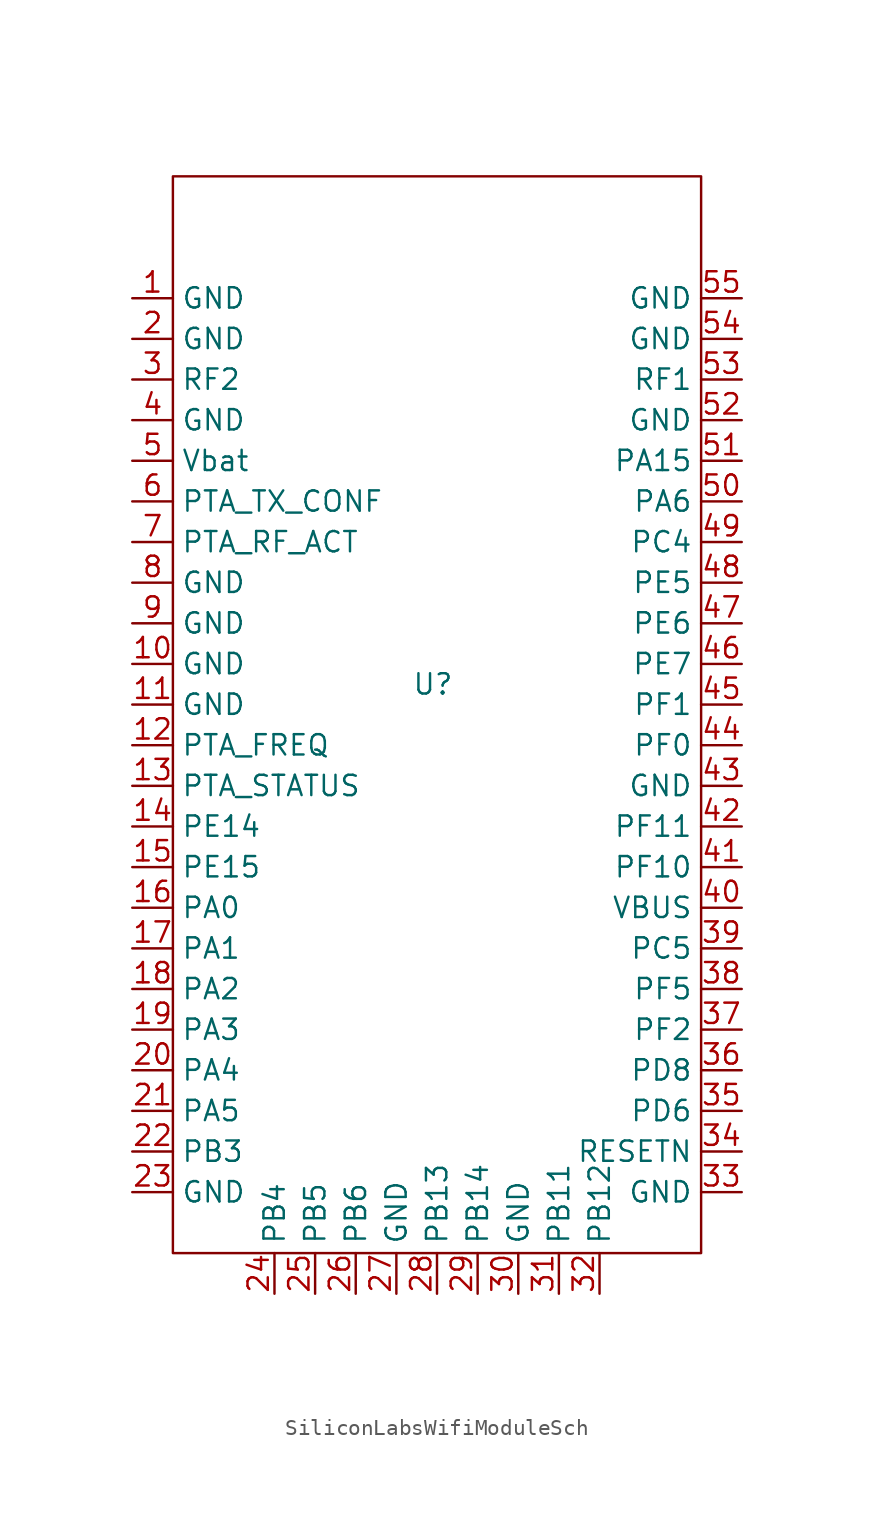
<source format=kicad_sym>
(kicad_symbol_lib
  (version 20231120)
  (generator "kicad_symbol_editor")
  (generator_version "8.0")
  (symbol "SiliconLabsWifiModuleSch"
    (property "Reference" "U"
      (at 11.176 -19.05 0)
      (effects (font (size 1.27 1.27))))
    (property "Value" ""
      (at 0 0 0)
      (effects (font (size 1.27 1.27))))
    (symbol "SiliconLabsWifiModuleSch_1_1"
      (rectangle (start -5.08 12.7) (end 27.94 -54.61) (stroke (width 0) (type default)) (fill (type none)))
      (pin input line (at -7.62 5.08 0) (length 2.54) (name "GND" (effects (font (size 1.27 1.27)))) (number "1" (effects (font (size 1.27 1.27)))))
      (pin input line (at -7.62 -17.78 0) (length 2.54) (name "GND" (effects (font (size 1.27 1.27)))) (number "10" (effects (font (size 1.27 1.27)))))
      (pin input line (at -7.62 -20.32 0) (length 2.54) (name "GND" (effects (font (size 1.27 1.27)))) (number "11" (effects (font (size 1.27 1.27)))))
      (pin input line (at -7.62 -22.86 0) (length 2.54) (name "PTA_FREQ" (effects (font (size 1.27 1.27)))) (number "12" (effects (font (size 1.27 1.27)))))
      (pin input line (at -7.62 -25.4 0) (length 2.54) (name "PTA_STATUS" (effects (font (size 1.27 1.27)))) (number "13" (effects (font (size 1.27 1.27)))))
      (pin input line (at -7.62 -27.94 0) (length 2.54) (name "PE14" (effects (font (size 1.27 1.27)))) (number "14" (effects (font (size 1.27 1.27)))))
      (pin input line (at -7.62 -30.48 0) (length 2.54) (name "PE15" (effects (font (size 1.27 1.27)))) (number "15" (effects (font (size 1.27 1.27)))))
      (pin input line (at -7.62 -33.02 0) (length 2.54) (name "PA0" (effects (font (size 1.27 1.27)))) (number "16" (effects (font (size 1.27 1.27)))))
      (pin input line (at -7.62 -35.56 0) (length 2.54) (name "PA1" (effects (font (size 1.27 1.27)))) (number "17" (effects (font (size 1.27 1.27)))))
      (pin input line (at -7.62 -38.1 0) (length 2.54) (name "PA2" (effects (font (size 1.27 1.27)))) (number "18" (effects (font (size 1.27 1.27)))))
      (pin input line (at -7.62 -40.64 0) (length 2.54) (name "PA3" (effects (font (size 1.27 1.27)))) (number "19" (effects (font (size 1.27 1.27)))))
      (pin input line (at -7.62 2.54 0) (length 2.54) (name "GND" (effects (font (size 1.27 1.27)))) (number "2" (effects (font (size 1.27 1.27)))))
      (pin input line (at -7.62 -43.18 0) (length 2.54) (name "PA4" (effects (font (size 1.27 1.27)))) (number "20" (effects (font (size 1.27 1.27)))))
      (pin input line (at -7.62 -45.72 0) (length 2.54) (name "PA5" (effects (font (size 1.27 1.27)))) (number "21" (effects (font (size 1.27 1.27)))))
      (pin input line (at -7.62 -48.26 0) (length 2.54) (name "PB3" (effects (font (size 1.27 1.27)))) (number "22" (effects (font (size 1.27 1.27)))))
      (pin input line (at -7.62 -50.8 0) (length 2.54) (name "GND" (effects (font (size 1.27 1.27)))) (number "23" (effects (font (size 1.27 1.27)))))
      (pin input line (at 1.27 -57.15 90) (length 2.54) (name "PB4" (effects (font (size 1.27 1.27)))) (number "24" (effects (font (size 1.27 1.27)))))
      (pin input line (at 3.81 -57.15 90) (length 2.54) (name "PB5" (effects (font (size 1.27 1.27)))) (number "25" (effects (font (size 1.27 1.27)))))
      (pin input line (at 6.35 -57.15 90) (length 2.54) (name "PB6" (effects (font (size 1.27 1.27)))) (number "26" (effects (font (size 1.27 1.27)))))
      (pin input line (at 8.89 -57.15 90) (length 2.54) (name "GND" (effects (font (size 1.27 1.27)))) (number "27" (effects (font (size 1.27 1.27)))))
      (pin input line (at 11.43 -57.15 90) (length 2.54) (name "PB13" (effects (font (size 1.27 1.27)))) (number "28" (effects (font (size 1.27 1.27)))))
      (pin input line (at 13.97 -57.15 90) (length 2.54) (name "PB14" (effects (font (size 1.27 1.27)))) (number "29" (effects (font (size 1.27 1.27)))))
      (pin input line (at -7.62 0 0) (length 2.54) (name "RF2" (effects (font (size 1.27 1.27)))) (number "3" (effects (font (size 1.27 1.27)))))
      (pin input line (at 16.51 -57.15 90) (length 2.54) (name "GND" (effects (font (size 1.27 1.27)))) (number "30" (effects (font (size 1.27 1.27)))))
      (pin input line (at 19.05 -57.15 90) (length 2.54) (name "PB11" (effects (font (size 1.27 1.27)))) (number "31" (effects (font (size 1.27 1.27)))))
      (pin input line (at 21.59 -57.15 90) (length 2.54) (name "PB12" (effects (font (size 1.27 1.27)))) (number "32" (effects (font (size 1.27 1.27)))))
      (pin input line (at 30.48 -50.8 180) (length 2.54) (name "GND" (effects (font (size 1.27 1.27)))) (number "33" (effects (font (size 1.27 1.27)))))
      (pin input line (at 30.48 -48.26 180) (length 2.54) (name "RESETN" (effects (font (size 1.27 1.27)))) (number "34" (effects (font (size 1.27 1.27)))))
      (pin input line (at 30.48 -45.72 180) (length 2.54) (name "PD6" (effects (font (size 1.27 1.27)))) (number "35" (effects (font (size 1.27 1.27)))))
      (pin input line (at 30.48 -43.18 180) (length 2.54) (name "PD8" (effects (font (size 1.27 1.27)))) (number "36" (effects (font (size 1.27 1.27)))))
      (pin input line (at 30.48 -40.64 180) (length 2.54) (name "PF2" (effects (font (size 1.27 1.27)))) (number "37" (effects (font (size 1.27 1.27)))))
      (pin input line (at 30.48 -38.1 180) (length 2.54) (name "PF5" (effects (font (size 1.27 1.27)))) (number "38" (effects (font (size 1.27 1.27)))))
      (pin input line (at 30.48 -35.56 180) (length 2.54) (name "PC5" (effects (font (size 1.27 1.27)))) (number "39" (effects (font (size 1.27 1.27)))))
      (pin input line (at -7.62 -2.54 0) (length 2.54) (name "GND" (effects (font (size 1.27 1.27)))) (number "4" (effects (font (size 1.27 1.27)))))
      (pin input line (at 30.48 -33.02 180) (length 2.54) (name "VBUS" (effects (font (size 1.27 1.27)))) (number "40" (effects (font (size 1.27 1.27)))))
      (pin input line (at 30.48 -30.48 180) (length 2.54) (name "PF10" (effects (font (size 1.27 1.27)))) (number "41" (effects (font (size 1.27 1.27)))))
      (pin input line (at 30.48 -27.94 180) (length 2.54) (name "PF11" (effects (font (size 1.27 1.27)))) (number "42" (effects (font (size 1.27 1.27)))))
      (pin input line (at 30.48 -25.4 180) (length 2.54) (name "GND" (effects (font (size 1.27 1.27)))) (number "43" (effects (font (size 1.27 1.27)))))
      (pin input line (at 30.48 -22.86 180) (length 2.54) (name "PF0" (effects (font (size 1.27 1.27)))) (number "44" (effects (font (size 1.27 1.27)))))
      (pin input line (at 30.48 -20.32 180) (length 2.54) (name "PF1" (effects (font (size 1.27 1.27)))) (number "45" (effects (font (size 1.27 1.27)))))
      (pin input line (at 30.48 -17.78 180) (length 2.54) (name "PE7" (effects (font (size 1.27 1.27)))) (number "46" (effects (font (size 1.27 1.27)))))
      (pin input line (at 30.48 -15.24 180) (length 2.54) (name "PE6" (effects (font (size 1.27 1.27)))) (number "47" (effects (font (size 1.27 1.27)))))
      (pin input line (at 30.48 -12.7 180) (length 2.54) (name "PE5" (effects (font (size 1.27 1.27)))) (number "48" (effects (font (size 1.27 1.27)))))
      (pin input line (at 30.48 -10.16 180) (length 2.54) (name "PC4" (effects (font (size 1.27 1.27)))) (number "49" (effects (font (size 1.27 1.27)))))
      (pin input line (at -7.62 -5.08 0) (length 2.54) (name "Vbat" (effects (font (size 1.27 1.27)))) (number "5" (effects (font (size 1.27 1.27)))))
      (pin input line (at 30.48 -7.62 180) (length 2.54) (name "PA6" (effects (font (size 1.27 1.27)))) (number "50" (effects (font (size 1.27 1.27)))))
      (pin input line (at 30.48 -5.08 180) (length 2.54) (name "PA15" (effects (font (size 1.27 1.27)))) (number "51" (effects (font (size 1.27 1.27)))))
      (pin input line (at 30.48 -2.54 180) (length 2.54) (name "GND" (effects (font (size 1.27 1.27)))) (number "52" (effects (font (size 1.27 1.27)))))
      (pin input line (at 30.48 0 180) (length 2.54) (name "RF1" (effects (font (size 1.27 1.27)))) (number "53" (effects (font (size 1.27 1.27)))))
      (pin input line (at 30.48 2.54 180) (length 2.54) (name "GND" (effects (font (size 1.27 1.27)))) (number "54" (effects (font (size 1.27 1.27)))))
      (pin input line (at 30.48 5.08 180) (length 2.54) (name "GND" (effects (font (size 1.27 1.27)))) (number "55" (effects (font (size 1.27 1.27)))))
      (pin input line (at -7.62 -7.62 0) (length 2.54) (name "PTA_TX_CONF" (effects (font (size 1.27 1.27)))) (number "6" (effects (font (size 1.27 1.27)))))
      (pin input line (at -7.62 -10.16 0) (length 2.54) (name "PTA_RF_ACT" (effects (font (size 1.27 1.27)))) (number "7" (effects (font (size 1.27 1.27)))))
      (pin input line (at -7.62 -12.7 0) (length 2.54) (name "GND" (effects (font (size 1.27 1.27)))) (number "8" (effects (font (size 1.27 1.27)))))
      (pin input line (at -7.62 -15.24 0) (length 2.54) (name "GND" (effects (font (size 1.27 1.27)))) (number "9" (effects (font (size 1.27 1.27))))))))
</source>
